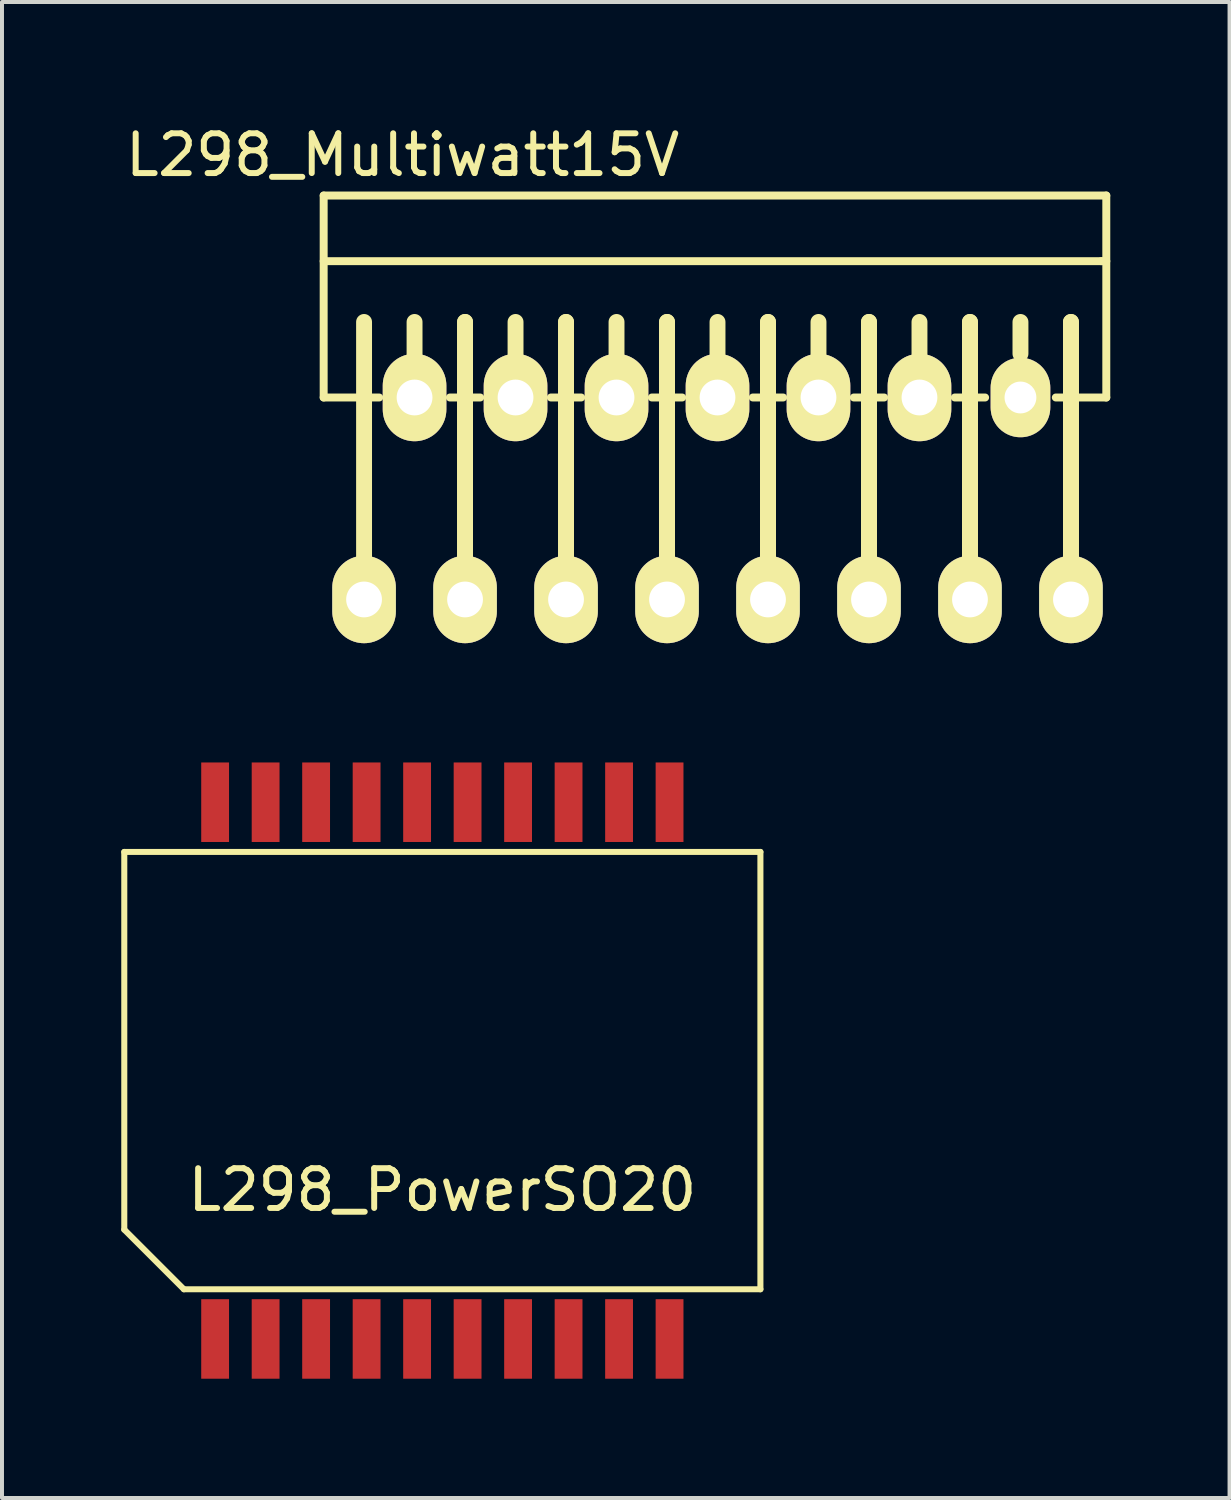
<source format=kicad_pcb>
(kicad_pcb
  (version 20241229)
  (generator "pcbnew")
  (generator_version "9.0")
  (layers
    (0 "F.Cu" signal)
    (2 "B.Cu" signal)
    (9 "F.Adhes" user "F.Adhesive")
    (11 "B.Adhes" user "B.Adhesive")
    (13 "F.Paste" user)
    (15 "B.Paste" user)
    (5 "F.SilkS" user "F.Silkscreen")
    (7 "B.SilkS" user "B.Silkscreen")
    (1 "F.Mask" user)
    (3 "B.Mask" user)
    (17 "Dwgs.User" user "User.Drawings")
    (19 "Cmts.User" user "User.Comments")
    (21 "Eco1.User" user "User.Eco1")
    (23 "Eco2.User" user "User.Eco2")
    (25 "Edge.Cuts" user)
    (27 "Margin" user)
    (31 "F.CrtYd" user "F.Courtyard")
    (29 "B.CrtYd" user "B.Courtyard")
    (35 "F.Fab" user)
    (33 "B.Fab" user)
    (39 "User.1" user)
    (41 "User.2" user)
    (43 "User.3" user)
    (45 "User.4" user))
  (footprint "L298_PowerSO20"
    (layer "F.Cu")
    (at 8.076 23.878)
    (property "Reference" "L298_PowerSO20" (at 0 3 0) (layer "F.SilkS") (effects (font (size 1 1) (thickness 0.15))))
    (attr through_hole)
    (fp_line (start -8 -5.5) (end -8 4) (stroke (width 0.152) (type solid)) (layer "F.SilkS"))
    (fp_line (start -8 4) (end -6.5 5.5) (stroke (width 0.152) (type solid)) (layer "F.SilkS"))
    (fp_line (start -6.5 5.5) (end 8 5.5) (stroke (width 0.152) (type solid)) (layer "F.SilkS"))
    (fp_line (start 8 -5.5) (end -8 -5.5) (stroke (width 0.152) (type solid)) (layer "F.SilkS"))
    (fp_line (start 8 5.5) (end 8 -5.5) (stroke (width 0.152) (type solid)) (layer "F.SilkS"))
    (pad "1" smd rect (at -5.715 6.75) (size 0.7 2) (layers "F.Cu" "F.Mask" "F.Paste"))
    (pad "2" smd rect (at -4.445 6.75) (size 0.7 2) (layers "F.Cu" "F.Mask" "F.Paste"))
    (pad "3" smd rect (at -3.175 6.75) (size 0.7 2) (layers "F.Cu" "F.Mask" "F.Paste"))
    (pad "4" smd rect (at -1.905 6.75) (size 0.7 2) (layers "F.Cu" "F.Mask" "F.Paste"))
    (pad "5" smd rect (at -0.635 6.75) (size 0.7 2) (layers "F.Cu" "F.Mask" "F.Paste"))
    (pad "6" smd rect (at 0.635 6.75) (size 0.7 2) (layers "F.Cu" "F.Mask" "F.Paste"))
    (pad "7" smd rect (at 1.905 6.75) (size 0.7 2) (layers "F.Cu" "F.Mask" "F.Paste"))
    (pad "8" smd rect (at 3.175 6.75) (size 0.7 2) (layers "F.Cu" "F.Mask" "F.Paste"))
    (pad "9" smd rect (at 4.445 6.75) (size 0.7 2) (layers "F.Cu" "F.Mask" "F.Paste"))
    (pad "10" smd rect (at 5.715 6.75) (size 0.7 2) (layers "F.Cu" "F.Mask" "F.Paste"))
    (pad "11" smd rect (at 5.715 -6.75) (size 0.7 2) (layers "F.Cu" "F.Mask" "F.Paste"))
    (pad "12" smd rect (at 4.445 -6.75) (size 0.7 2) (layers "F.Cu" "F.Mask" "F.Paste"))
    (pad "13" smd rect (at 3.175 -6.75) (size 0.7 2) (layers "F.Cu" "F.Mask" "F.Paste"))
    (pad "14" smd rect (at 1.905 -6.75) (size 0.7 2) (layers "F.Cu" "F.Mask" "F.Paste"))
    (pad "15" smd rect (at 0.635 -6.75) (size 0.7 2) (layers "F.Cu" "F.Mask" "F.Paste"))
    (pad "16" smd rect (at -0.635 -6.75) (size 0.7 2) (layers "F.Cu" "F.Mask" "F.Paste"))
    (pad "17" smd rect (at -1.905 -6.75) (size 0.7 2) (layers "F.Cu" "F.Mask" "F.Paste"))
    (pad "18" smd rect (at -3.175 -6.75) (size 0.7 2) (layers "F.Cu" "F.Mask" "F.Paste"))
    (pad "19" smd rect (at -4.445 -6.75) (size 0.7 2) (layers "F.Cu" "F.Mask" "F.Paste"))
    (pad "20" smd rect (at -5.715 -6.75) (size 0.7 2) (layers "F.Cu" "F.Mask" "F.Paste")))
  (footprint "L298_Multiwatt15V"
    (layer "F.Cu")
    (at 7.377 6.948)
    (property "Reference" "L298_Multiwatt15V" (at -0.3 -6.1 0) (layer "F.SilkS") (effects (font (size 1 1) (thickness 0.15))))
    (attr through_hole)
    (fp_line (start -2.286 -5.08) (end -2.286 0) (stroke (width 0.2) (type solid)) (layer "F.SilkS"))
    (fp_line (start -2.286 -5.08) (end 17.399 -5.08) (stroke (width 0.2) (type solid)) (layer "F.SilkS"))
    (fp_line (start -2.286 -3.429) (end 17.272 -3.429) (stroke (width 0.2) (type solid)) (layer "F.SilkS"))
    (fp_line (start -2.286 0) (end -0.889 0) (stroke (width 0.2) (type solid)) (layer "F.SilkS"))
    (fp_line (start -1.27 4) (end -1.27 -1.9) (stroke (width 0.4) (type solid)) (layer "F.SilkS"))
    (fp_line (start 0 -1.1) (end 0 -1.9) (stroke (width 0.4) (type solid)) (layer "F.SilkS"))
    (fp_line (start 0.889 0) (end 1.651 0) (stroke (width 0.2) (type solid)) (layer "F.SilkS"))
    (fp_line (start 1.27 4) (end 1.27 -1.9) (stroke (width 0.4) (type solid)) (layer "F.SilkS"))
    (fp_line (start 1.27 4) (end 1.27 -1.9) (stroke (width 0.4) (type solid)) (layer "F.SilkS"))
    (fp_line (start 2.54 -1.1) (end 2.54 -1.9) (stroke (width 0.4) (type solid)) (layer "F.SilkS"))
    (fp_line (start 3.429 0) (end 4.191 0) (stroke (width 0.2) (type solid)) (layer "F.SilkS"))
    (fp_line (start 3.81 4) (end 3.81 -1.9) (stroke (width 0.4) (type solid)) (layer "F.SilkS"))
    (fp_line (start 3.81 4) (end 3.81 -1.9) (stroke (width 0.4) (type solid)) (layer "F.SilkS"))
    (fp_line (start 5.08 -1.1) (end 5.08 -1.9) (stroke (width 0.4) (type solid)) (layer "F.SilkS"))
    (fp_line (start 5.969 0) (end 6.731 0) (stroke (width 0.2) (type solid)) (layer "F.SilkS"))
    (fp_line (start 6.35 4) (end 6.35 -1.9) (stroke (width 0.4) (type solid)) (layer "F.SilkS"))
    (fp_line (start 6.35 4) (end 6.35 -1.9) (stroke (width 0.4) (type solid)) (layer "F.SilkS"))
    (fp_line (start 7.62 -1.1) (end 7.62 -1.9) (stroke (width 0.4) (type solid)) (layer "F.SilkS"))
    (fp_line (start 8.509 0) (end 9.271 0) (stroke (width 0.2) (type solid)) (layer "F.SilkS"))
    (fp_line (start 8.89 4) (end 8.89 -1.9) (stroke (width 0.4) (type solid)) (layer "F.SilkS"))
    (fp_line (start 8.89 4) (end 8.89 -1.9) (stroke (width 0.4) (type solid)) (layer "F.SilkS"))
    (fp_line (start 10.16 -1.1) (end 10.16 -1.9) (stroke (width 0.4) (type solid)) (layer "F.SilkS"))
    (fp_line (start 11.049 0) (end 11.811 0) (stroke (width 0.2) (type solid)) (layer "F.SilkS"))
    (fp_line (start 11.43 4) (end 11.43 -1.9) (stroke (width 0.4) (type solid)) (layer "F.SilkS"))
    (fp_line (start 11.43 4) (end 11.43 -1.9) (stroke (width 0.4) (type solid)) (layer "F.SilkS"))
    (fp_line (start 12.7 -1.1) (end 12.7 -1.9) (stroke (width 0.4) (type solid)) (layer "F.SilkS"))
    (fp_line (start 13.589 0) (end 14.351 0) (stroke (width 0.2) (type solid)) (layer "F.SilkS"))
    (fp_line (start 13.97 4) (end 13.97 -1.9) (stroke (width 0.4) (type solid)) (layer "F.SilkS"))
    (fp_line (start 13.97 4) (end 13.97 -1.9) (stroke (width 0.4) (type solid)) (layer "F.SilkS"))
    (fp_line (start 15.24 -1.1) (end 15.24 -1.9) (stroke (width 0.4) (type solid)) (layer "F.SilkS"))
    (fp_line (start 16.129 0) (end 17.399 0) (stroke (width 0.2) (type solid)) (layer "F.SilkS"))
    (fp_line (start 16.51 4) (end 16.51 -1.9) (stroke (width 0.4) (type solid)) (layer "F.SilkS"))
    (fp_line (start 16.51 4) (end 16.51 -1.9) (stroke (width 0.4) (type solid)) (layer "F.SilkS"))
    (fp_line (start 17.272 -3.429) (end 17.399 -3.429) (stroke (width 0.2) (type solid)) (layer "F.SilkS"))
    (fp_line (start 17.399 -5.08) (end 17.399 0) (stroke (width 0.2) (type solid)) (layer "F.SilkS"))
    (pad "1" thru_hole oval (at -1.27 5.08) (size 1.6 2.2) (drill 0.9) (layers "*.Cu" "*.Mask" "F.SilkS"))
    (pad "2" thru_hole oval (at 0 0) (size 1.6 2.2) (drill 0.9) (layers "*.Cu" "*.Mask" "F.SilkS"))
    (pad "3" thru_hole oval (at 1.27 5.08) (size 1.6 2.2) (drill 0.9) (layers "*.Cu" "*.Mask" "F.SilkS"))
    (pad "4" thru_hole oval (at 2.54 0) (size 1.6 2.2) (drill 0.9) (layers "*.Cu" "*.Mask" "F.SilkS"))
    (pad "5" thru_hole oval (at 3.81 5.08) (size 1.6 2.2) (drill 0.9) (layers "*.Cu" "*.Mask" "F.SilkS"))
    (pad "6" thru_hole oval (at 5.08 0) (size 1.6 2.2) (drill 0.9) (layers "*.Cu" "*.Mask" "F.SilkS"))
    (pad "7" thru_hole oval (at 6.35 5.08) (size 1.6 2.2) (drill 0.9) (layers "*.Cu" "*.Mask" "F.SilkS"))
    (pad "8" thru_hole oval (at 7.62 0) (size 1.6 2.2) (drill 0.9) (layers "*.Cu" "*.Mask" "F.SilkS"))
    (pad "9" thru_hole oval (at 8.89 5.08) (size 1.6 2.2) (drill 0.9) (layers "*.Cu" "*.Mask" "F.SilkS"))
    (pad "10" thru_hole oval (at 10.16 0) (size 1.6 2.2) (drill 0.9) (layers "*.Cu" "*.Mask" "F.SilkS"))
    (pad "11" thru_hole oval (at 11.43 5.08) (size 1.6 2.2) (drill 0.9) (layers "*.Cu" "*.Mask" "F.SilkS"))
    (pad "12" thru_hole oval (at 12.7 0) (size 1.6 2.2) (drill 0.9) (layers "*.Cu" "*.Mask" "F.SilkS"))
    (pad "13" thru_hole oval (at 13.97 5.08) (size 1.6 2.2) (drill 0.9) (layers "*.Cu" "*.Mask" "F.SilkS"))
    (pad "14" thru_hole oval (at 15.24 0) (size 1.5 2) (drill 0.8) (layers "*.Cu" "*.Mask" "F.SilkS"))
    (pad "15" thru_hole oval (at 16.51 5.08) (size 1.6 2.2) (drill 0.9) (layers "*.Cu" "*.Mask" "F.SilkS")))
  (gr_rect
    (start -3 -3)
    (end 27.876 34.628)
    (stroke (width 0.1) (type default))
    (fill no)
    (layer "Edge.Cuts")))
</source>
